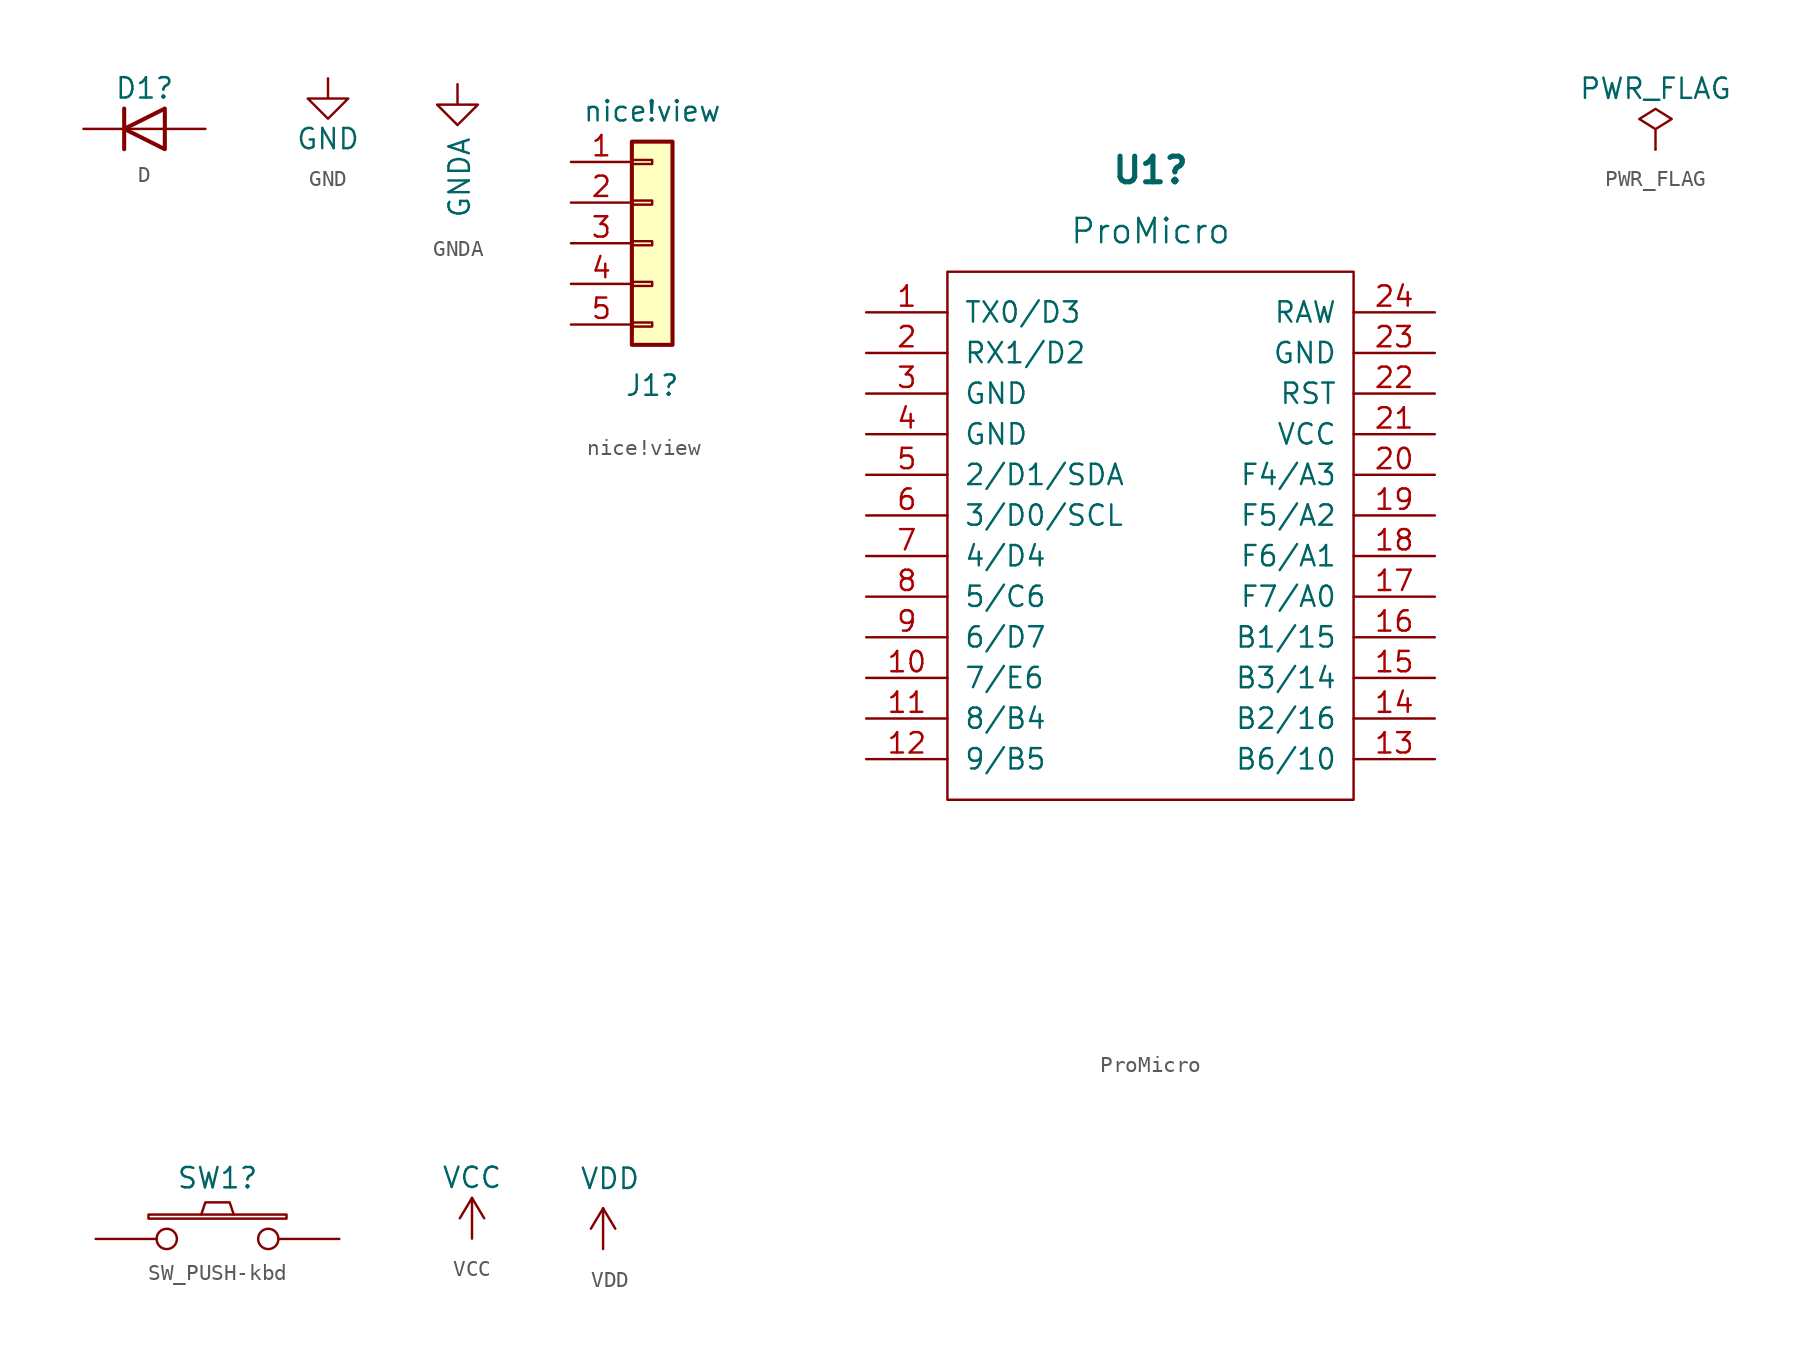
<source format=kicad_sym>
(kicad_symbol_lib
  (version 20241209)
  (generator "kicad_symbol_editor")
  (generator_version "9.0")
  (symbol "D"
    (pin_numbers
      (hide yes))
    (pin_names
      (offset 1.016)
      (hide yes))
    (property "Reference" "D1"
      (at 0 2.54 0)
      (effects (font (size 1.27 1.27))))
    (symbol "D_0_1"
      (polyline (pts (xy -1.27 1.27) (xy -1.27 -1.27)) (stroke (width 0.254) (type default)) (fill (type none)))
      (polyline (pts (xy 1.27 1.27) (xy 1.27 -1.27) (xy -1.27 0) (xy 1.27 1.27)) (stroke (width 0.254) (type default)) (fill (type none)))
      (polyline (pts (xy 1.27 0) (xy -1.27 0)) (stroke (width 0) (type default)) (fill (type none))))
    (symbol "D_1_1"
      (pin passive line (at -3.81 0 0) (length 2.54) (name "K" (effects (font (size 1.27 1.27)))) (number "1" (effects (font (size 1.27 1.27)))))
      (pin passive line (at 3.81 0 180) (length 2.54) (name "A" (effects (font (size 1.27 1.27)))) (number "2" (effects (font (size 1.27 1.27)))))))
  (symbol "GND"
    (power)
    (pin_names
      (offset 0))
    (property "Reference" "#PWR0107"
      (at 0 -6.35 0)
      (effects (font (size 1.27 1.27)) (hide yes)))
    (property "Value" "GND"
      (at 0 -3.81 0)
      (effects (font (size 1.27 1.27))))
    (symbol "GND_0_1"
      (polyline (pts (xy 0 0) (xy 0 -1.27) (xy 1.27 -1.27) (xy 0 -2.54) (xy -1.27 -1.27) (xy 0 -1.27)) (stroke (width 0) (type default)) (fill (type none))))
    (symbol "GND_1_1"
      (pin power_in line (at 0 0 270) (length 0) (hide yes) (name "GND" (effects (font (size 1.27 1.27)))) (number "1" (effects (font (size 1.27 1.27)))))))
  (symbol "GNDA"
    (power)
    (pin_names
      (offset 0))
    (property "Reference" "#PWR010"
      (at 0 -9.652 0)
      (effects (font (size 1.27 1.27)) (hide yes)))
    (property "Value" "GNDA"
      (at 0.127 -3.226 90)
      (effects (font (size 1.27 1.27)) (justify right)))
    (symbol "GNDA_0_1"
      (polyline (pts (xy 0 0) (xy 0 -1.27) (xy 1.27 -1.27) (xy 0 -2.54) (xy -1.27 -1.27) (xy 0 -1.27)) (stroke (width 0) (type default)) (fill (type none))))
    (symbol "GNDA_1_1"
      (pin power_in line (at 0 0 270) (length 0) (hide yes) (name "GNDA" (effects (font (size 1.27 1.27)))) (number "1" (effects (font (size 1.27 1.27)))))))
  (symbol "nice!view"
    (pin_names
      (offset 1.016)
      (hide yes))
    (property "Reference" "J1"
      (at 0 -8.89 0)
      (effects (font (size 1.27 1.27))))
    (property "Value" "nice!view"
      (at 0 8.255 0)
      (effects (font (size 1.27 1.27))))
    (symbol "nice!view_1_1"
      (rectangle (start -1.27 6.35) (end 1.27 -6.35) (stroke (width 0.254) (type default)) (fill (type background)))
      (rectangle (start -1.27 5.207) (end 0 4.953) (stroke (width 0.152) (type default)) (fill (type none)))
      (rectangle (start -1.27 2.667) (end 0 2.413) (stroke (width 0.152) (type default)) (fill (type none)))
      (rectangle (start -1.27 0.127) (end 0 -0.127) (stroke (width 0.152) (type default)) (fill (type none)))
      (rectangle (start -1.27 -2.413) (end 0 -2.667) (stroke (width 0.152) (type default)) (fill (type none)))
      (rectangle (start -1.27 -4.953) (end 0 -5.207) (stroke (width 0.152) (type default)) (fill (type none)))
      (pin passive line (at -5.08 5.08 0) (length 3.81) (name "Pin_1" (effects (font (size 1.27 1.27)))) (number "1" (effects (font (size 1.27 1.27)))))
      (pin passive line (at -5.08 2.54 0) (length 3.81) (name "Pin_2" (effects (font (size 1.27 1.27)))) (number "2" (effects (font (size 1.27 1.27)))))
      (pin passive line (at -5.08 0 0) (length 3.81) (name "Pin_3" (effects (font (size 1.27 1.27)))) (number "3" (effects (font (size 1.27 1.27)))))
      (pin passive line (at -5.08 -2.54 0) (length 3.81) (name "Pin_4" (effects (font (size 1.27 1.27)))) (number "4" (effects (font (size 1.27 1.27)))))
      (pin passive line (at -5.08 -5.08 0) (length 3.81) (name "Pin_5" (effects (font (size 1.27 1.27)))) (number "5" (effects (font (size 1.27 1.27)))))))
  (symbol "ProMicro"
    (pin_names
      (offset 1.016))
    (property "Reference" "U1"
      (at 0 22.86 0)
      (effects (font (size 1.6 1.6) (thickness 0.32) (bold yes))))
    (property "Value" "ProMicro"
      (at 0 19.05 0)
      (effects (font (size 1.524 1.524))))
    (property "Datasheet" ""
      (at 2.54 -26.67 0)
      (effects (font (size 1.524 1.524))))
    (symbol "ProMicro_0_1"
      (rectangle (start -12.7 16.51) (end 12.7 -16.51) (stroke (width 0) (type default)) (fill (type none))))
    (symbol "ProMicro_1_1"
      (pin bidirectional line (at -17.78 13.97 0) (length 5.08) (name "TX0/D3" (effects (font (size 1.27 1.27)))) (number "1" (effects (font (size 1.27 1.27)))))
      (pin bidirectional line (at -17.78 11.43 0) (length 5.08) (name "RX1/D2" (effects (font (size 1.27 1.27)))) (number "2" (effects (font (size 1.27 1.27)))))
      (pin power_in line (at -17.78 8.89 0) (length 5.08) (name "GND" (effects (font (size 1.27 1.27)))) (number "3" (effects (font (size 1.27 1.27)))))
      (pin power_in line (at -17.78 6.35 0) (length 5.08) (name "GND" (effects (font (size 1.27 1.27)))) (number "4" (effects (font (size 1.27 1.27)))))
      (pin bidirectional line (at -17.78 3.81 0) (length 5.08) (name "2/D1/SDA" (effects (font (size 1.27 1.27)))) (number "5" (effects (font (size 1.27 1.27)))))
      (pin bidirectional line (at -17.78 1.27 0) (length 5.08) (name "3/D0/SCL" (effects (font (size 1.27 1.27)))) (number "6" (effects (font (size 1.27 1.27)))))
      (pin bidirectional line (at -17.78 -1.27 0) (length 5.08) (name "4/D4" (effects (font (size 1.27 1.27)))) (number "7" (effects (font (size 1.27 1.27)))))
      (pin bidirectional line (at -17.78 -3.81 0) (length 5.08) (name "5/C6" (effects (font (size 1.27 1.27)))) (number "8" (effects (font (size 1.27 1.27)))))
      (pin bidirectional line (at -17.78 -6.35 0) (length 5.08) (name "6/D7" (effects (font (size 1.27 1.27)))) (number "9" (effects (font (size 1.27 1.27)))))
      (pin bidirectional line (at -17.78 -8.89 0) (length 5.08) (name "7/E6" (effects (font (size 1.27 1.27)))) (number "10" (effects (font (size 1.27 1.27)))))
      (pin bidirectional line (at -17.78 -11.43 0) (length 5.08) (name "8/B4" (effects (font (size 1.27 1.27)))) (number "11" (effects (font (size 1.27 1.27)))))
      (pin bidirectional line (at -17.78 -13.97 0) (length 5.08) (name "9/B5" (effects (font (size 1.27 1.27)))) (number "12" (effects (font (size 1.27 1.27)))))
      (pin power_out line (at 17.78 13.97 180) (length 5.08) (name "RAW" (effects (font (size 1.27 1.27)))) (number "24" (effects (font (size 1.27 1.27)))))
      (pin power_in line (at 17.78 11.43 180) (length 5.08) (name "GND" (effects (font (size 1.27 1.27)))) (number "23" (effects (font (size 1.27 1.27)))))
      (pin input line (at 17.78 8.89 180) (length 5.08) (name "RST" (effects (font (size 1.27 1.27)))) (number "22" (effects (font (size 1.27 1.27)))))
      (pin power_in line (at 17.78 6.35 180) (length 5.08) (name "VCC" (effects (font (size 1.27 1.27)))) (number "21" (effects (font (size 1.27 1.27)))))
      (pin bidirectional line (at 17.78 3.81 180) (length 5.08) (name "F4/A3" (effects (font (size 1.27 1.27)))) (number "20" (effects (font (size 1.27 1.27)))))
      (pin bidirectional line (at 17.78 1.27 180) (length 5.08) (name "F5/A2" (effects (font (size 1.27 1.27)))) (number "19" (effects (font (size 1.27 1.27)))))
      (pin bidirectional line (at 17.78 -1.27 180) (length 5.08) (name "F6/A1" (effects (font (size 1.27 1.27)))) (number "18" (effects (font (size 1.27 1.27)))))
      (pin bidirectional line (at 17.78 -3.81 180) (length 5.08) (name "F7/A0" (effects (font (size 1.27 1.27)))) (number "17" (effects (font (size 1.27 1.27)))))
      (pin bidirectional line (at 17.78 -6.35 180) (length 5.08) (name "B1/15" (effects (font (size 1.27 1.27)))) (number "16" (effects (font (size 1.27 1.27)))))
      (pin bidirectional line (at 17.78 -8.89 180) (length 5.08) (name "B3/14" (effects (font (size 1.27 1.27)))) (number "15" (effects (font (size 1.27 1.27)))))
      (pin bidirectional line (at 17.78 -11.43 180) (length 5.08) (name "B2/16" (effects (font (size 1.27 1.27)))) (number "14" (effects (font (size 1.27 1.27)))))
      (pin bidirectional line (at 17.78 -13.97 180) (length 5.08) (name "B6/10" (effects (font (size 1.27 1.27)))) (number "13" (effects (font (size 1.27 1.27)))))))
  (symbol "PWR_FLAG"
    (power)
    (pin_numbers
      (hide yes))
    (pin_names
      (offset 0)
      (hide yes))
    (property "Reference" "#FLG01"
      (at 0 5.842 0)
      (effects (font (size 1.27 1.27)) (hide yes)))
    (property "Value" "PWR_FLAG"
      (at 0 3.81 0)
      (effects (font (size 1.27 1.27))))
    (symbol "PWR_FLAG_0_0"
      (pin power_out line (at 0 0 90) (length 0) (name "pwr" (effects (font (size 1.27 1.27)))) (number "1" (effects (font (size 1.27 1.27))))))
    (symbol "PWR_FLAG_0_1"
      (polyline (pts (xy 0 0) (xy 0 1.27) (xy -1.016 1.905) (xy 0 2.54) (xy 1.016 1.905) (xy 0 1.27)) (stroke (width 0) (type default)) (fill (type none)))))
  (symbol "SW_PUSH-kbd"
    (pin_numbers
      (hide yes))
    (pin_names
      (offset 1.016)
      (hide yes))
    (property "Reference" "SW1"
      (at 0 3.81 0)
      (effects (font (size 1.27 1.27))))
    (property "Datasheet" ""
      (at 0 0 0)
      (effects (font (size 1.27 1.27))))
    (symbol "SW_PUSH-kbd_0_1"
      (rectangle (start -4.318 1.27) (end 4.318 1.524) (stroke (width 0) (type default)) (fill (type none)))
      (polyline (pts (xy -1.016 1.524) (xy -0.762 2.286) (xy 0.762 2.286) (xy 1.016 1.524)) (stroke (width 0) (type default)) (fill (type none)))
      (pin passive inverted (at -7.62 0 0) (length 5.08) (name "1" (effects (font (size 1.27 1.27)))) (number "1" (effects (font (size 1.27 1.27)))))
      (pin passive inverted (at 7.62 0 180) (length 5.08) (name "2" (effects (font (size 1.27 1.27)))) (number "2" (effects (font (size 1.27 1.27)))))))
  (symbol "VCC"
    (power)
    (pin_names
      (offset 0))
    (property "Reference" "#PWR0110"
      (at 0 6.096 0)
      (effects (font (size 1.27 1.27)) (hide yes)))
    (property "Value" "VCC"
      (at 0 3.81 0)
      (effects (font (size 1.27 1.27))))
    (symbol "VCC_0_1"
      (polyline (pts (xy -0.762 1.27) (xy 0 2.54)) (stroke (width 0) (type default)) (fill (type none)))
      (polyline (pts (xy 0 2.54) (xy 0.762 1.27)) (stroke (width 0) (type default)) (fill (type none)))
      (polyline (pts (xy 0 0) (xy 0 2.54)) (stroke (width 0) (type default)) (fill (type none))))
    (symbol "VCC_1_1"
      (pin power_in line (at 0 0 90) (length 0) (hide yes) (name "VCC" (effects (font (size 1.27 1.27)))) (number "1" (effects (font (size 1.27 1.27)))))))
  (symbol "VDD"
    (power)
    (pin_names
      (offset 0))
    (property "Reference" "#PWR06"
      (at 0 6.35 0)
      (effects (font (size 1.27 1.27)) (hide yes)))
    (property "Value" "VDD"
      (at 0.432 4.394 0)
      (effects (font (size 1.27 1.27))))
    (symbol "VDD_0_1"
      (polyline (pts (xy -0.762 1.27) (xy 0 2.54)) (stroke (width 0) (type default)) (fill (type none)))
      (polyline (pts (xy 0 2.54) (xy 0.762 1.27)) (stroke (width 0) (type default)) (fill (type none)))
      (polyline (pts (xy 0 0) (xy 0 2.54)) (stroke (width 0) (type default)) (fill (type none))))
    (symbol "VDD_1_1"
      (pin power_in line (at 0 0 90) (length 0) (hide yes) (name "VDD" (effects (font (size 1.27 1.27)))) (number "1" (effects (font (size 1.27 1.27))))))))
</source>
